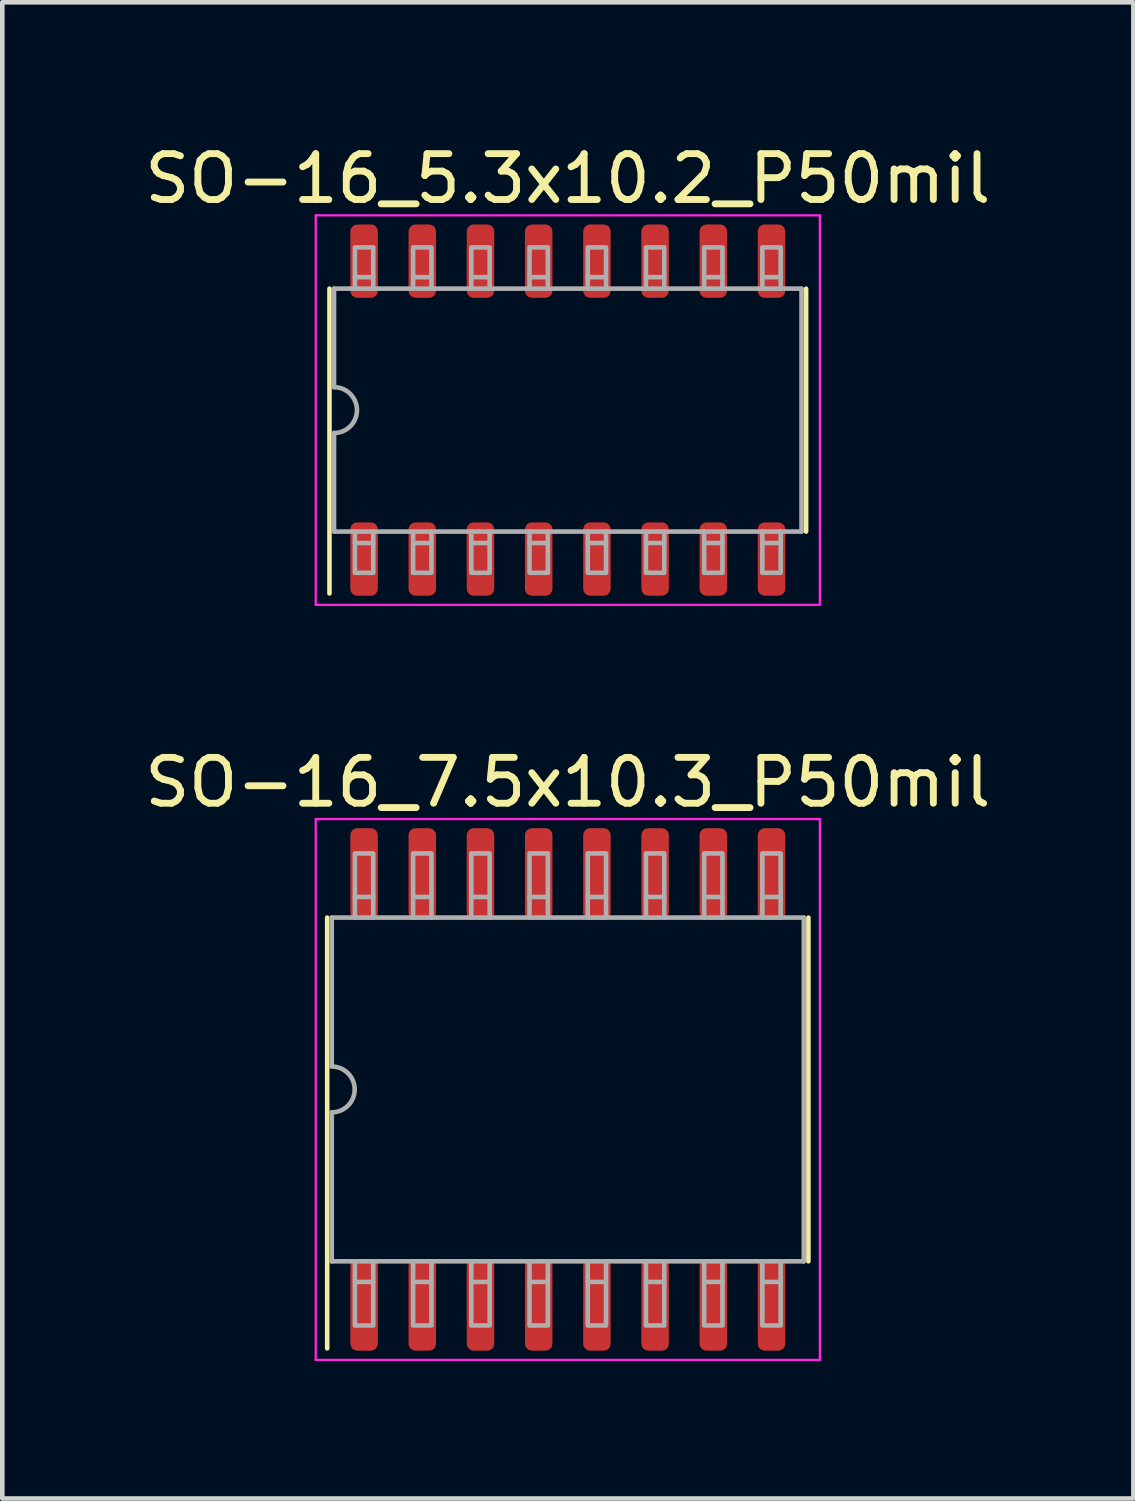
<source format=kicad_pcb>
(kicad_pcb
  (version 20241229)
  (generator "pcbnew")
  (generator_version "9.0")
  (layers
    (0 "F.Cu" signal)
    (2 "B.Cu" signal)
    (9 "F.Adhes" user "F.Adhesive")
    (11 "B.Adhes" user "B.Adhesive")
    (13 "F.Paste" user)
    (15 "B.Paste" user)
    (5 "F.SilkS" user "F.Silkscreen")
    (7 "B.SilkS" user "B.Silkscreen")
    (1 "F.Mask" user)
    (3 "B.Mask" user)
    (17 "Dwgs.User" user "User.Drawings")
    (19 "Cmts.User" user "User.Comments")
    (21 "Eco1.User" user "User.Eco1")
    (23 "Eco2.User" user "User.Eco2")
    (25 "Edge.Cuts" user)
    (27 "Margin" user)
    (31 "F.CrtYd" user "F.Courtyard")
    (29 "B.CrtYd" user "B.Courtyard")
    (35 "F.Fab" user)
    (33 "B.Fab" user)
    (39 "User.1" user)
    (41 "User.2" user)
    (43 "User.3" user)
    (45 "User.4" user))
  (footprint "SO-16_5.3x10.2_P50mil"
    (layer "F.Cu")
    (at 9.339 5.898)
    (property "Reference" "SO-16_5.3x10.2_P50mil" (at 0 -5.05 0) (layer "F.SilkS") (effects (font (size 1 1) (thickness 0.15))))
    (attr smd)
    (fp_line (start -5.2 4) (end -5.2 -2.65) (stroke (width 0.1) (type solid)) (layer "F.SilkS"))
    (fp_line (start 5.2 2.65) (end 5.2 -2.65) (stroke (width 0.1) (type solid)) (layer "F.SilkS"))
    (fp_line (start -5.5 -4.25) (end -5.5 4.25) (stroke (width 0.05) (type solid)) (layer "F.CrtYd"))
    (fp_line (start -5.5 4.25) (end 5.5 4.25) (stroke (width 0.05) (type solid)) (layer "F.CrtYd"))
    (fp_line (start 5.5 -4.25) (end -5.5 -4.25) (stroke (width 0.05) (type solid)) (layer "F.CrtYd"))
    (fp_line (start 5.5 4.25) (end 5.5 -4.25) (stroke (width 0.05) (type solid)) (layer "F.CrtYd"))
    (fp_line (start -5.1 -2.65) (end 5.1 -2.65) (stroke (width 0.1) (type solid)) (layer "F.Fab"))
    (fp_line (start -5.1 -0.5) (end -5.1 -2.65) (stroke (width 0.1) (type solid)) (layer "F.Fab"))
    (fp_line (start -5.1 2.65) (end -5.1 0.5) (stroke (width 0.1) (type solid)) (layer "F.Fab"))
    (fp_line (start -5.1 2.65) (end 5.1 2.65) (stroke (width 0.1) (type solid)) (layer "F.Fab"))
    (fp_line (start -4.645 -2.9) (end -4.645 -2.65) (stroke (width 0.1) (type solid)) (layer "F.Fab"))
    (fp_line (start -4.645 2.9) (end -4.645 2.65) (stroke (width 0.1) (type solid)) (layer "F.Fab"))
    (fp_line (start -4.245 -2.9) (end -4.245 -2.65) (stroke (width 0.1) (type solid)) (layer "F.Fab"))
    (fp_line (start -4.245 2.9) (end -4.245 2.65) (stroke (width 0.1) (type solid)) (layer "F.Fab"))
    (fp_line (start -3.375 -2.9) (end -3.375 -2.65) (stroke (width 0.1) (type solid)) (layer "F.Fab"))
    (fp_line (start -3.375 2.9) (end -3.375 2.65) (stroke (width 0.1) (type solid)) (layer "F.Fab"))
    (fp_line (start -2.975 -2.9) (end -2.975 -2.65) (stroke (width 0.1) (type solid)) (layer "F.Fab"))
    (fp_line (start -2.975 2.9) (end -2.975 2.65) (stroke (width 0.1) (type solid)) (layer "F.Fab"))
    (fp_line (start -2.105 -2.9) (end -2.105 -2.65) (stroke (width 0.1) (type solid)) (layer "F.Fab"))
    (fp_line (start -2.105 2.9) (end -2.105 2.65) (stroke (width 0.1) (type solid)) (layer "F.Fab"))
    (fp_line (start -1.705 -2.9) (end -1.705 -2.65) (stroke (width 0.1) (type solid)) (layer "F.Fab"))
    (fp_line (start -1.705 2.9) (end -1.705 2.65) (stroke (width 0.1) (type solid)) (layer "F.Fab"))
    (fp_line (start -0.835 -2.9) (end -0.835 -2.65) (stroke (width 0.1) (type solid)) (layer "F.Fab"))
    (fp_line (start -0.835 2.9) (end -0.835 2.65) (stroke (width 0.1) (type solid)) (layer "F.Fab"))
    (fp_line (start -0.435 -2.9) (end -0.435 -2.65) (stroke (width 0.1) (type solid)) (layer "F.Fab"))
    (fp_line (start -0.435 2.9) (end -0.435 2.65) (stroke (width 0.1) (type solid)) (layer "F.Fab"))
    (fp_line (start 0.435 -2.9) (end 0.435 -2.65) (stroke (width 0.1) (type solid)) (layer "F.Fab"))
    (fp_line (start 0.435 2.9) (end 0.435 2.65) (stroke (width 0.1) (type solid)) (layer "F.Fab"))
    (fp_line (start 0.835 -2.9) (end 0.835 -2.65) (stroke (width 0.1) (type solid)) (layer "F.Fab"))
    (fp_line (start 0.835 2.9) (end 0.835 2.65) (stroke (width 0.1) (type solid)) (layer "F.Fab"))
    (fp_line (start 1.705 -2.9) (end 1.705 -2.65) (stroke (width 0.1) (type solid)) (layer "F.Fab"))
    (fp_line (start 1.705 2.9) (end 1.705 2.65) (stroke (width 0.1) (type solid)) (layer "F.Fab"))
    (fp_line (start 2.105 -2.9) (end 2.105 -2.65) (stroke (width 0.1) (type solid)) (layer "F.Fab"))
    (fp_line (start 2.105 2.9) (end 2.105 2.65) (stroke (width 0.1) (type solid)) (layer "F.Fab"))
    (fp_line (start 2.975 -2.9) (end 2.975 -2.65) (stroke (width 0.1) (type solid)) (layer "F.Fab"))
    (fp_line (start 2.975 2.9) (end 2.975 2.65) (stroke (width 0.1) (type solid)) (layer "F.Fab"))
    (fp_line (start 3.375 -2.9) (end 3.375 -2.65) (stroke (width 0.1) (type solid)) (layer "F.Fab"))
    (fp_line (start 3.375 2.9) (end 3.375 2.65) (stroke (width 0.1) (type solid)) (layer "F.Fab"))
    (fp_line (start 4.245 -2.9) (end 4.245 -2.65) (stroke (width 0.1) (type solid)) (layer "F.Fab"))
    (fp_line (start 4.245 2.9) (end 4.245 2.65) (stroke (width 0.1) (type solid)) (layer "F.Fab"))
    (fp_line (start 4.645 -2.9) (end 4.645 -2.65) (stroke (width 0.1) (type solid)) (layer "F.Fab"))
    (fp_line (start 4.645 2.9) (end 4.645 2.65) (stroke (width 0.1) (type solid)) (layer "F.Fab"))
    (fp_line (start 5.1 -2.65) (end 5.1 2.65) (stroke (width 0.1) (type solid)) (layer "F.Fab"))
    (fp_arc (start -5.1 -0.5) (mid -4.6 0) (end -5.1 0.5) (stroke (width 0.1) (type solid)) (layer "F.Fab"))
    (fp_poly (pts (xy -4.645 -2.9) (xy -4.645 -3.55) (xy -4.245 -3.55) (xy -4.245 -2.9)) (stroke (width 0.1) (type solid)) (fill no) (layer "F.Fab"))
    (fp_poly (pts (xy -4.245 2.9) (xy -4.245 3.55) (xy -4.645 3.55) (xy -4.645 2.9)) (stroke (width 0.1) (type solid)) (fill no) (layer "F.Fab"))
    (fp_poly (pts (xy -3.375 -2.9) (xy -3.375 -3.55) (xy -2.975 -3.55) (xy -2.975 -2.9)) (stroke (width 0.1) (type solid)) (fill no) (layer "F.Fab"))
    (fp_poly (pts (xy -2.975 2.9) (xy -2.975 3.55) (xy -3.375 3.55) (xy -3.375 2.9)) (stroke (width 0.1) (type solid)) (fill no) (layer "F.Fab"))
    (fp_poly (pts (xy -2.105 -2.9) (xy -2.105 -3.55) (xy -1.705 -3.55) (xy -1.705 -2.9)) (stroke (width 0.1) (type solid)) (fill no) (layer "F.Fab"))
    (fp_poly (pts (xy -1.705 2.9) (xy -1.705 3.55) (xy -2.105 3.55) (xy -2.105 2.9)) (stroke (width 0.1) (type solid)) (fill no) (layer "F.Fab"))
    (fp_poly (pts (xy -0.835 -2.9) (xy -0.835 -3.55) (xy -0.435 -3.55) (xy -0.435 -2.9)) (stroke (width 0.1) (type solid)) (fill no) (layer "F.Fab"))
    (fp_poly (pts (xy -0.435 2.9) (xy -0.435 3.55) (xy -0.835 3.55) (xy -0.835 2.9)) (stroke (width 0.1) (type solid)) (fill no) (layer "F.Fab"))
    (fp_poly (pts (xy 0.435 -2.9) (xy 0.435 -3.55) (xy 0.835 -3.55) (xy 0.835 -2.9)) (stroke (width 0.1) (type solid)) (fill no) (layer "F.Fab"))
    (fp_poly (pts (xy 0.835 2.9) (xy 0.835 3.55) (xy 0.435 3.55) (xy 0.435 2.9)) (stroke (width 0.1) (type solid)) (fill no) (layer "F.Fab"))
    (fp_poly (pts (xy 1.705 -2.9) (xy 1.705 -3.55) (xy 2.105 -3.55) (xy 2.105 -2.9)) (stroke (width 0.1) (type solid)) (fill no) (layer "F.Fab"))
    (fp_poly (pts (xy 2.105 2.9) (xy 2.105 3.55) (xy 1.705 3.55) (xy 1.705 2.9)) (stroke (width 0.1) (type solid)) (fill no) (layer "F.Fab"))
    (fp_poly (pts (xy 2.975 -2.9) (xy 2.975 -3.55) (xy 3.375 -3.55) (xy 3.375 -2.9)) (stroke (width 0.1) (type solid)) (fill no) (layer "F.Fab"))
    (fp_poly (pts (xy 3.375 2.9) (xy 3.375 3.55) (xy 2.975 3.55) (xy 2.975 2.9)) (stroke (width 0.1) (type solid)) (fill no) (layer "F.Fab"))
    (fp_poly (pts (xy 4.245 -2.9) (xy 4.245 -3.55) (xy 4.645 -3.55) (xy 4.645 -2.9)) (stroke (width 0.1) (type solid)) (fill no) (layer "F.Fab"))
    (fp_poly (pts (xy 4.645 2.9) (xy 4.645 3.55) (xy 4.245 3.55) (xy 4.245 2.9)) (stroke (width 0.1) (type solid)) (fill no) (layer "F.Fab"))
    (pad "1" smd roundrect (at -4.445 3.25 90) (size 1.6 0.6) (layers "F.Cu" "F.Mask" "F.Paste") (roundrect_rratio 0.25))
    (pad "2" smd roundrect (at -3.175 3.25 90) (size 1.6 0.6) (layers "F.Cu" "F.Mask" "F.Paste") (roundrect_rratio 0.25))
    (pad "3" smd roundrect (at -1.905 3.25 90) (size 1.6 0.6) (layers "F.Cu" "F.Mask" "F.Paste") (roundrect_rratio 0.25))
    (pad "4" smd roundrect (at -0.635 3.25 90) (size 1.6 0.6) (layers "F.Cu" "F.Mask" "F.Paste") (roundrect_rratio 0.25))
    (pad "5" smd roundrect (at 0.635 3.25 90) (size 1.6 0.6) (layers "F.Cu" "F.Mask" "F.Paste") (roundrect_rratio 0.25))
    (pad "6" smd roundrect (at 1.905 3.25 90) (size 1.6 0.6) (layers "F.Cu" "F.Mask" "F.Paste") (roundrect_rratio 0.25))
    (pad "7" smd roundrect (at 3.175 3.25 90) (size 1.6 0.6) (layers "F.Cu" "F.Mask" "F.Paste") (roundrect_rratio 0.25))
    (pad "8" smd roundrect (at 4.445 3.25 90) (size 1.6 0.6) (layers "F.Cu" "F.Mask" "F.Paste") (roundrect_rratio 0.25))
    (pad "9" smd roundrect (at 4.445 -3.25 90) (size 1.6 0.6) (layers "F.Cu" "F.Mask" "F.Paste") (roundrect_rratio 0.25))
    (pad "10" smd roundrect (at 3.175 -3.25 90) (size 1.6 0.6) (layers "F.Cu" "F.Mask" "F.Paste") (roundrect_rratio 0.25))
    (pad "11" smd roundrect (at 1.905 -3.25 90) (size 1.6 0.6) (layers "F.Cu" "F.Mask" "F.Paste") (roundrect_rratio 0.25))
    (pad "12" smd roundrect (at 0.635 -3.25 90) (size 1.6 0.6) (layers "F.Cu" "F.Mask" "F.Paste") (roundrect_rratio 0.25))
    (pad "13" smd roundrect (at -0.635 -3.25 90) (size 1.6 0.6) (layers "F.Cu" "F.Mask" "F.Paste") (roundrect_rratio 0.25))
    (pad "14" smd roundrect (at -1.905 -3.25 90) (size 1.6 0.6) (layers "F.Cu" "F.Mask" "F.Paste") (roundrect_rratio 0.25))
    (pad "15" smd roundrect (at -3.175 -3.25 90) (size 1.6 0.6) (layers "F.Cu" "F.Mask" "F.Paste") (roundrect_rratio 0.25))
    (pad "16" smd roundrect (at -4.445 -3.25 90) (size 1.6 0.6) (layers "F.Cu" "F.Mask" "F.Paste") (roundrect_rratio 0.25)))
  (footprint "SO-16_7.5x10.3_P50mil"
    (layer "F.Cu")
    (at 9.339 20.721)
    (property "Reference" "SO-16_7.5x10.3_P50mil" (at 0 -6.7 0) (layer "F.SilkS") (effects (font (size 1 1) (thickness 0.15))))
    (attr smd)
    (fp_line (start -5.25 5.65) (end -5.25 -3.75) (stroke (width 0.1) (type solid)) (layer "F.SilkS"))
    (fp_line (start 5.25 3.75) (end 5.25 -3.75) (stroke (width 0.1) (type solid)) (layer "F.SilkS"))
    (fp_line (start -5.5 -5.9) (end -5.5 5.9) (stroke (width 0.05) (type solid)) (layer "F.CrtYd"))
    (fp_line (start -5.5 5.9) (end 5.5 5.9) (stroke (width 0.05) (type solid)) (layer "F.CrtYd"))
    (fp_line (start 5.5 -5.9) (end -5.5 -5.9) (stroke (width 0.05) (type solid)) (layer "F.CrtYd"))
    (fp_line (start 5.5 5.9) (end 5.5 -5.9) (stroke (width 0.05) (type solid)) (layer "F.CrtYd"))
    (fp_line (start -5.15 -3.75) (end 5.15 -3.75) (stroke (width 0.1) (type solid)) (layer "F.Fab"))
    (fp_line (start -5.15 -0.508) (end -5.15 -3.75) (stroke (width 0.1) (type solid)) (layer "F.Fab"))
    (fp_line (start -5.15 3.75) (end -5.15 0.5) (stroke (width 0.1) (type solid)) (layer "F.Fab"))
    (fp_line (start -5.15 3.75) (end 5.15 3.75) (stroke (width 0.1) (type solid)) (layer "F.Fab"))
    (fp_line (start -4.645 -4.2) (end -4.645 -3.75) (stroke (width 0.1) (type solid)) (layer "F.Fab"))
    (fp_line (start -4.645 4.2) (end -4.645 3.75) (stroke (width 0.1) (type solid)) (layer "F.Fab"))
    (fp_line (start -4.245 -4.2) (end -4.245 -3.75) (stroke (width 0.1) (type solid)) (layer "F.Fab"))
    (fp_line (start -4.245 4.2) (end -4.245 3.75) (stroke (width 0.1) (type solid)) (layer "F.Fab"))
    (fp_line (start -3.375 -4.2) (end -3.375 -3.75) (stroke (width 0.1) (type solid)) (layer "F.Fab"))
    (fp_line (start -3.375 4.2) (end -3.375 3.75) (stroke (width 0.1) (type solid)) (layer "F.Fab"))
    (fp_line (start -2.975 -4.2) (end -2.975 -3.75) (stroke (width 0.1) (type solid)) (layer "F.Fab"))
    (fp_line (start -2.975 4.2) (end -2.975 3.75) (stroke (width 0.1) (type solid)) (layer "F.Fab"))
    (fp_line (start -2.105 -4.2) (end -2.105 -3.75) (stroke (width 0.1) (type solid)) (layer "F.Fab"))
    (fp_line (start -2.105 4.2) (end -2.105 3.75) (stroke (width 0.1) (type solid)) (layer "F.Fab"))
    (fp_line (start -1.705 -4.2) (end -1.705 -3.75) (stroke (width 0.1) (type solid)) (layer "F.Fab"))
    (fp_line (start -1.705 4.2) (end -1.705 3.75) (stroke (width 0.1) (type solid)) (layer "F.Fab"))
    (fp_line (start -0.835 -4.2) (end -0.835 -3.75) (stroke (width 0.1) (type solid)) (layer "F.Fab"))
    (fp_line (start -0.835 4.2) (end -0.835 3.75) (stroke (width 0.1) (type solid)) (layer "F.Fab"))
    (fp_line (start -0.435 -4.2) (end -0.435 -3.75) (stroke (width 0.1) (type solid)) (layer "F.Fab"))
    (fp_line (start -0.435 4.2) (end -0.435 3.75) (stroke (width 0.1) (type solid)) (layer "F.Fab"))
    (fp_line (start 0.435 -4.2) (end 0.435 -3.75) (stroke (width 0.1) (type solid)) (layer "F.Fab"))
    (fp_line (start 0.435 4.2) (end 0.435 3.75) (stroke (width 0.1) (type solid)) (layer "F.Fab"))
    (fp_line (start 0.835 -4.2) (end 0.835 -3.75) (stroke (width 0.1) (type solid)) (layer "F.Fab"))
    (fp_line (start 0.835 4.2) (end 0.835 3.75) (stroke (width 0.1) (type solid)) (layer "F.Fab"))
    (fp_line (start 1.705 -4.2) (end 1.705 -3.75) (stroke (width 0.1) (type solid)) (layer "F.Fab"))
    (fp_line (start 1.705 4.2) (end 1.705 3.75) (stroke (width 0.1) (type solid)) (layer "F.Fab"))
    (fp_line (start 2.105 -4.2) (end 2.105 -3.75) (stroke (width 0.1) (type solid)) (layer "F.Fab"))
    (fp_line (start 2.105 4.2) (end 2.105 3.75) (stroke (width 0.1) (type solid)) (layer "F.Fab"))
    (fp_line (start 2.975 -4.2) (end 2.975 -3.75) (stroke (width 0.1) (type solid)) (layer "F.Fab"))
    (fp_line (start 2.975 4.2) (end 2.975 3.75) (stroke (width 0.1) (type solid)) (layer "F.Fab"))
    (fp_line (start 3.375 -4.2) (end 3.375 -3.75) (stroke (width 0.1) (type solid)) (layer "F.Fab"))
    (fp_line (start 3.375 4.2) (end 3.375 3.75) (stroke (width 0.1) (type solid)) (layer "F.Fab"))
    (fp_line (start 4.245 -4.2) (end 4.245 -3.75) (stroke (width 0.1) (type solid)) (layer "F.Fab"))
    (fp_line (start 4.245 4.2) (end 4.245 3.75) (stroke (width 0.1) (type solid)) (layer "F.Fab"))
    (fp_line (start 4.645 -4.2) (end 4.645 -3.75) (stroke (width 0.1) (type solid)) (layer "F.Fab"))
    (fp_line (start 4.645 4.2) (end 4.645 3.75) (stroke (width 0.1) (type solid)) (layer "F.Fab"))
    (fp_line (start 5.15 3.75) (end 5.15 -3.75) (stroke (width 0.1) (type solid)) (layer "F.Fab"))
    (fp_arc (start -5.15 -0.5) (mid -4.65 0) (end -5.15 0.5) (stroke (width 0.1) (type solid)) (layer "F.Fab"))
    (fp_poly (pts (xy -4.645 -4.2) (xy -4.645 -5.15) (xy -4.245 -5.15) (xy -4.245 -4.2)) (stroke (width 0.1) (type solid)) (fill no) (layer "F.Fab"))
    (fp_poly (pts (xy -4.245 4.2) (xy -4.245 5.15) (xy -4.645 5.15) (xy -4.645 4.2)) (stroke (width 0.1) (type solid)) (fill no) (layer "F.Fab"))
    (fp_poly (pts (xy -3.375 -4.2) (xy -3.375 -5.15) (xy -2.975 -5.15) (xy -2.975 -4.2)) (stroke (width 0.1) (type solid)) (fill no) (layer "F.Fab"))
    (fp_poly (pts (xy -2.975 4.2) (xy -2.975 5.15) (xy -3.375 5.15) (xy -3.375 4.2)) (stroke (width 0.1) (type solid)) (fill no) (layer "F.Fab"))
    (fp_poly (pts (xy -2.105 -4.2) (xy -2.105 -5.15) (xy -1.705 -5.15) (xy -1.705 -4.2)) (stroke (width 0.1) (type solid)) (fill no) (layer "F.Fab"))
    (fp_poly (pts (xy -1.705 4.2) (xy -1.705 5.15) (xy -2.105 5.15) (xy -2.105 4.2)) (stroke (width 0.1) (type solid)) (fill no) (layer "F.Fab"))
    (fp_poly (pts (xy -0.835 -4.2) (xy -0.835 -5.15) (xy -0.435 -5.15) (xy -0.435 -4.2)) (stroke (width 0.1) (type solid)) (fill no) (layer "F.Fab"))
    (fp_poly (pts (xy -0.435 4.2) (xy -0.435 5.15) (xy -0.835 5.15) (xy -0.835 4.2)) (stroke (width 0.1) (type solid)) (fill no) (layer "F.Fab"))
    (fp_poly (pts (xy 0.435 -4.2) (xy 0.435 -5.15) (xy 0.835 -5.15) (xy 0.835 -4.2)) (stroke (width 0.1) (type solid)) (fill no) (layer "F.Fab"))
    (fp_poly (pts (xy 0.835 4.2) (xy 0.835 5.15) (xy 0.435 5.15) (xy 0.435 4.2)) (stroke (width 0.1) (type solid)) (fill no) (layer "F.Fab"))
    (fp_poly (pts (xy 1.705 -4.2) (xy 1.705 -5.15) (xy 2.105 -5.15) (xy 2.105 -4.2)) (stroke (width 0.1) (type solid)) (fill no) (layer "F.Fab"))
    (fp_poly (pts (xy 2.105 4.2) (xy 2.105 5.15) (xy 1.705 5.15) (xy 1.705 4.2)) (stroke (width 0.1) (type solid)) (fill no) (layer "F.Fab"))
    (fp_poly (pts (xy 2.975 -4.2) (xy 2.975 -5.15) (xy 3.375 -5.15) (xy 3.375 -4.2)) (stroke (width 0.1) (type solid)) (fill no) (layer "F.Fab"))
    (fp_poly (pts (xy 3.375 4.2) (xy 3.375 5.15) (xy 2.975 5.15) (xy 2.975 4.2)) (stroke (width 0.1) (type solid)) (fill no) (layer "F.Fab"))
    (fp_poly (pts (xy 4.245 -4.2) (xy 4.245 -5.15) (xy 4.645 -5.15) (xy 4.645 -4.2)) (stroke (width 0.1) (type solid)) (fill no) (layer "F.Fab"))
    (fp_poly (pts (xy 4.645 4.2) (xy 4.645 5.15) (xy 4.245 5.15) (xy 4.245 4.2)) (stroke (width 0.1) (type solid)) (fill no) (layer "F.Fab"))
    (pad "1" smd roundrect (at -4.445 4.7 90) (size 2 0.6) (layers "F.Cu" "F.Mask" "F.Paste") (roundrect_rratio 0.25))
    (pad "2" smd roundrect (at -3.175 4.7 90) (size 2 0.6) (layers "F.Cu" "F.Mask" "F.Paste") (roundrect_rratio 0.25))
    (pad "3" smd roundrect (at -1.905 4.7 90) (size 2 0.6) (layers "F.Cu" "F.Mask" "F.Paste") (roundrect_rratio 0.25))
    (pad "4" smd roundrect (at -0.635 4.7 90) (size 2 0.6) (layers "F.Cu" "F.Mask" "F.Paste") (roundrect_rratio 0.25))
    (pad "5" smd roundrect (at 0.635 4.7 90) (size 2 0.6) (layers "F.Cu" "F.Mask" "F.Paste") (roundrect_rratio 0.25))
    (pad "6" smd roundrect (at 1.905 4.7 90) (size 2 0.6) (layers "F.Cu" "F.Mask" "F.Paste") (roundrect_rratio 0.25))
    (pad "7" smd roundrect (at 3.175 4.7 90) (size 2 0.6) (layers "F.Cu" "F.Mask" "F.Paste") (roundrect_rratio 0.25))
    (pad "8" smd roundrect (at 4.445 4.7 90) (size 2 0.6) (layers "F.Cu" "F.Mask" "F.Paste") (roundrect_rratio 0.25))
    (pad "9" smd roundrect (at 4.445 -4.7 90) (size 2 0.6) (layers "F.Cu" "F.Mask" "F.Paste") (roundrect_rratio 0.25))
    (pad "10" smd roundrect (at 3.175 -4.7 90) (size 2 0.6) (layers "F.Cu" "F.Mask" "F.Paste") (roundrect_rratio 0.25))
    (pad "11" smd roundrect (at 1.905 -4.7 90) (size 2 0.6) (layers "F.Cu" "F.Mask" "F.Paste") (roundrect_rratio 0.25))
    (pad "12" smd roundrect (at 0.635 -4.7 90) (size 2 0.6) (layers "F.Cu" "F.Mask" "F.Paste") (roundrect_rratio 0.25))
    (pad "13" smd roundrect (at -0.635 -4.7 90) (size 2 0.6) (layers "F.Cu" "F.Mask" "F.Paste") (roundrect_rratio 0.25))
    (pad "14" smd roundrect (at -1.905 -4.7 90) (size 2 0.6) (layers "F.Cu" "F.Mask" "F.Paste") (roundrect_rratio 0.25))
    (pad "15" smd roundrect (at -3.175 -4.7 90) (size 2 0.6) (layers "F.Cu" "F.Mask" "F.Paste") (roundrect_rratio 0.25))
    (pad "16" smd roundrect (at -4.445 -4.7 90) (size 2 0.6) (layers "F.Cu" "F.Mask" "F.Paste") (roundrect_rratio 0.25)))
  (gr_rect
    (start -3 -3)
    (end 21.679 29.646)
    (stroke (width 0.1) (type default))
    (fill no)
    (layer "Edge.Cuts")))
</source>
